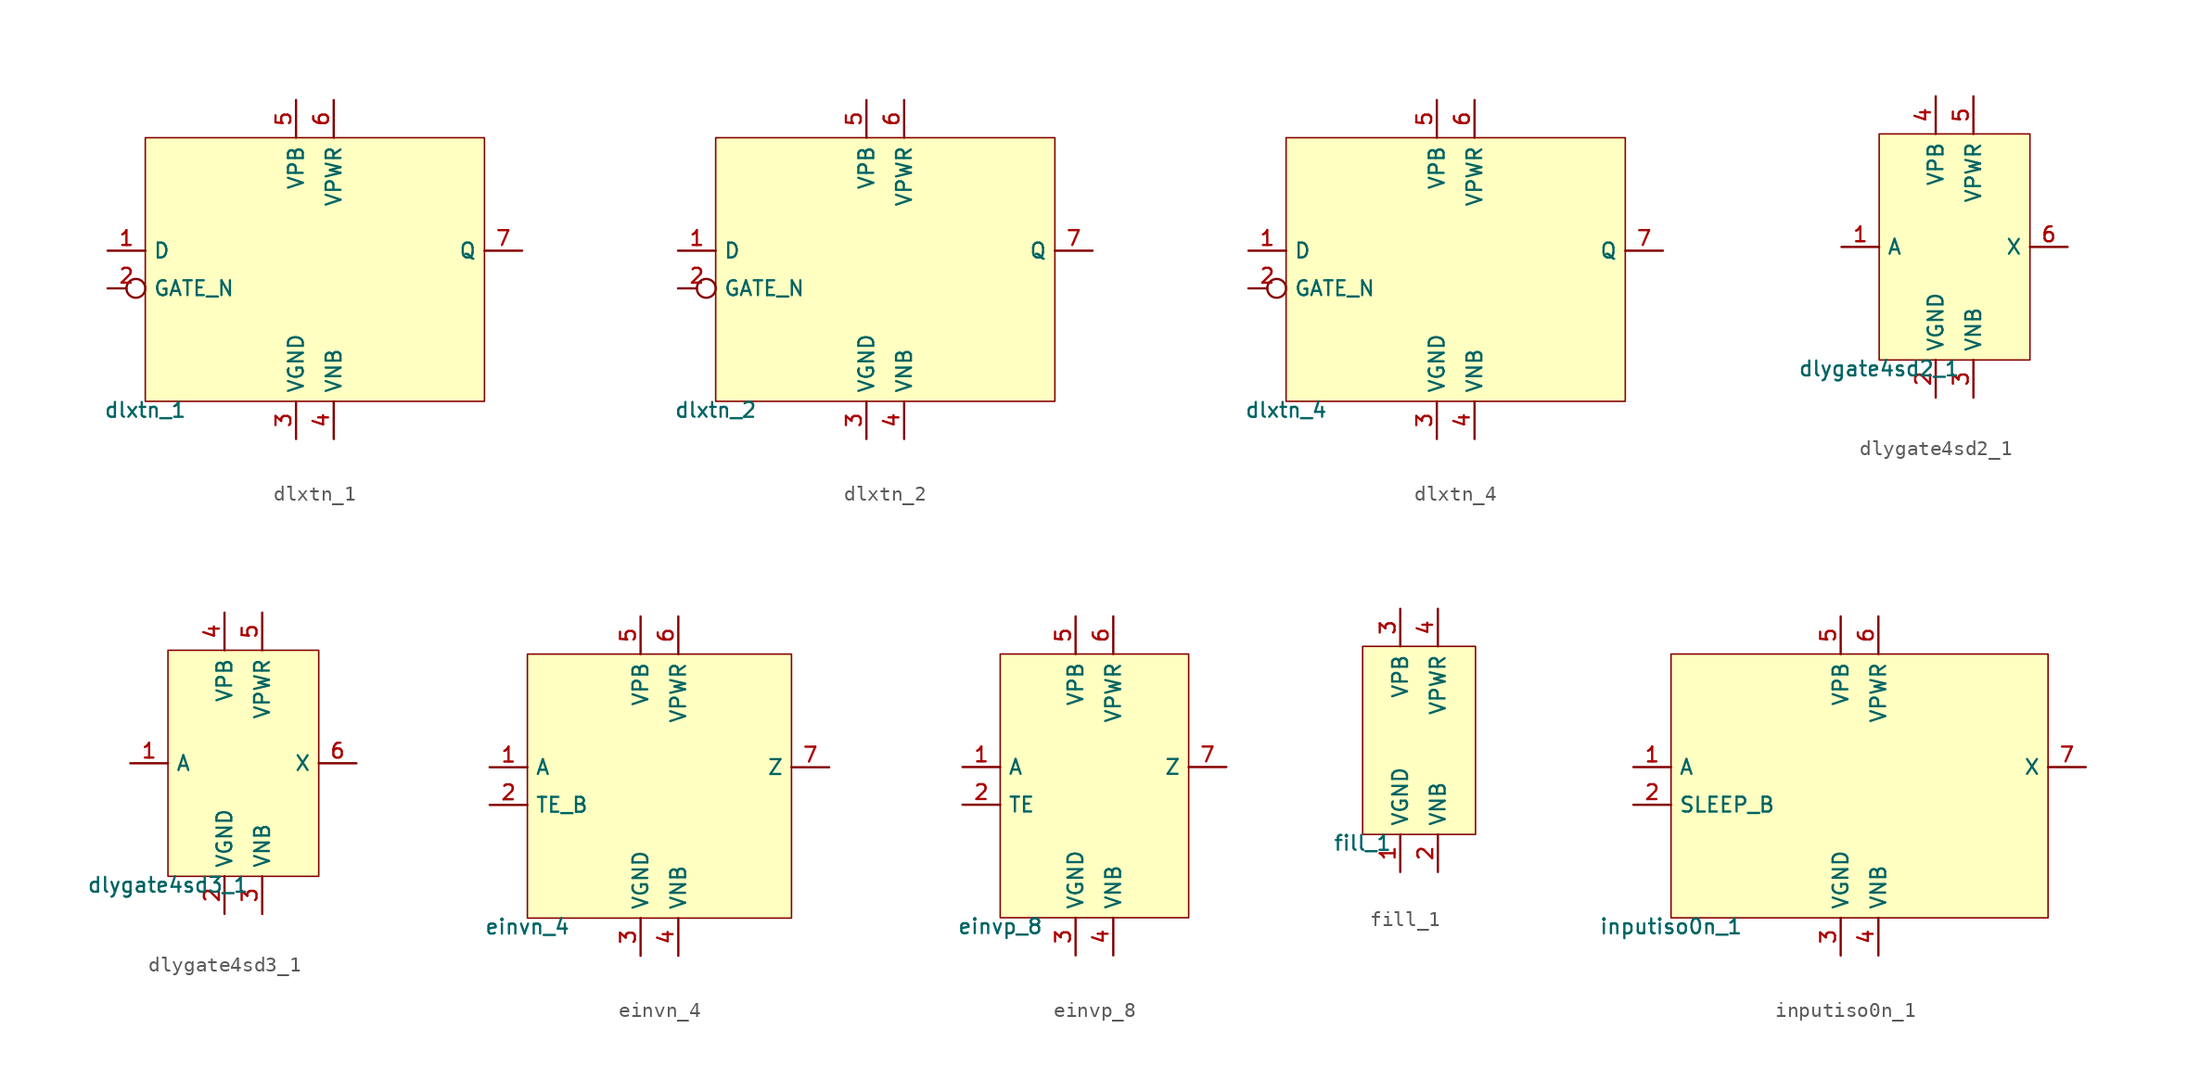
<source format=kicad_sym>
(kicad_symbol_lib
  (version 20211014)
  (generator pdk2kicad)
  (symbol "dlxtn_1"
    (property "Reference" "X"
      (at 0 0 0)
      (effects (font (size 1 1)) hide))
    (property "Value" "dlxtn_1"
      (at -11.43 -8.89 0)
      (effects (font (size 1 1)) (justify top)))
    (rectangle
      (start -11.43 -8.89)
      (end 11.43 8.89)
      (stroke (width 0.1) (type solid) (color 0 0 0 0))
      (fill (type background)))
    (pin input line
      (at -13.97 1.27 0)
      (length 2.54)
      (name "D" (effects (font (size 1 1)) hide))
      (number "1" (effects (font (size 1 1)) hide)))
    (pin input inverted
      (at -13.97 -1.27 0)
      (length 2.54)
      (name "GATE_N" (effects (font (size 1 1)) hide))
      (number "2" (effects (font (size 1 1)) hide)))
    (pin power_in line
      (at -1.27 -11.43 90)
      (length 2.54)
      (name "VGND" (effects (font (size 1 1)) hide))
      (number "3" (effects (font (size 1 1)) hide)))
    (pin power_in line
      (at 1.27 -11.43 90)
      (length 2.54)
      (name "VNB" (effects (font (size 1 1)) hide))
      (number "4" (effects (font (size 1 1)) hide)))
    (pin power_in line
      (at -1.27 11.43 270)
      (length 2.54)
      (name "VPB" (effects (font (size 1 1)) hide))
      (number "5" (effects (font (size 1 1)) hide)))
    (pin power_in line
      (at 1.27 11.43 270)
      (length 2.54)
      (name "VPWR" (effects (font (size 1 1)) hide))
      (number "6" (effects (font (size 1 1)) hide)))
    (pin output line
      (at 13.97 1.27 180)
      (length 2.54)
      (name "Q" (effects (font (size 1 1)) hide))
      (number "7" (effects (font (size 1 1)) hide))))
  (symbol "dlxtn_2"
    (property "Reference" "X"
      (at 0 0 0)
      (effects (font (size 1 1)) hide))
    (property "Value" "dlxtn_2"
      (at -11.43 -8.89 0)
      (effects (font (size 1 1)) (justify top)))
    (rectangle
      (start -11.43 -8.89)
      (end 11.43 8.89)
      (stroke (width 0.1) (type solid) (color 0 0 0 0))
      (fill (type background)))
    (pin input line
      (at -13.97 1.27 0)
      (length 2.54)
      (name "D" (effects (font (size 1 1)) hide))
      (number "1" (effects (font (size 1 1)) hide)))
    (pin input inverted
      (at -13.97 -1.27 0)
      (length 2.54)
      (name "GATE_N" (effects (font (size 1 1)) hide))
      (number "2" (effects (font (size 1 1)) hide)))
    (pin power_in line
      (at -1.27 -11.43 90)
      (length 2.54)
      (name "VGND" (effects (font (size 1 1)) hide))
      (number "3" (effects (font (size 1 1)) hide)))
    (pin power_in line
      (at 1.27 -11.43 90)
      (length 2.54)
      (name "VNB" (effects (font (size 1 1)) hide))
      (number "4" (effects (font (size 1 1)) hide)))
    (pin power_in line
      (at -1.27 11.43 270)
      (length 2.54)
      (name "VPB" (effects (font (size 1 1)) hide))
      (number "5" (effects (font (size 1 1)) hide)))
    (pin power_in line
      (at 1.27 11.43 270)
      (length 2.54)
      (name "VPWR" (effects (font (size 1 1)) hide))
      (number "6" (effects (font (size 1 1)) hide)))
    (pin output line
      (at 13.97 1.27 180)
      (length 2.54)
      (name "Q" (effects (font (size 1 1)) hide))
      (number "7" (effects (font (size 1 1)) hide))))
  (symbol "dlxtn_4"
    (property "Reference" "X"
      (at 0 0 0)
      (effects (font (size 1 1)) hide))
    (property "Value" "dlxtn_4"
      (at -11.43 -8.89 0)
      (effects (font (size 1 1)) (justify top)))
    (rectangle
      (start -11.43 -8.89)
      (end 11.43 8.89)
      (stroke (width 0.1) (type solid) (color 0 0 0 0))
      (fill (type background)))
    (pin input line
      (at -13.97 1.27 0)
      (length 2.54)
      (name "D" (effects (font (size 1 1)) hide))
      (number "1" (effects (font (size 1 1)) hide)))
    (pin input inverted
      (at -13.97 -1.27 0)
      (length 2.54)
      (name "GATE_N" (effects (font (size 1 1)) hide))
      (number "2" (effects (font (size 1 1)) hide)))
    (pin power_in line
      (at -1.27 -11.43 90)
      (length 2.54)
      (name "VGND" (effects (font (size 1 1)) hide))
      (number "3" (effects (font (size 1 1)) hide)))
    (pin power_in line
      (at 1.27 -11.43 90)
      (length 2.54)
      (name "VNB" (effects (font (size 1 1)) hide))
      (number "4" (effects (font (size 1 1)) hide)))
    (pin power_in line
      (at -1.27 11.43 270)
      (length 2.54)
      (name "VPB" (effects (font (size 1 1)) hide))
      (number "5" (effects (font (size 1 1)) hide)))
    (pin power_in line
      (at 1.27 11.43 270)
      (length 2.54)
      (name "VPWR" (effects (font (size 1 1)) hide))
      (number "6" (effects (font (size 1 1)) hide)))
    (pin output line
      (at 13.97 1.27 180)
      (length 2.54)
      (name "Q" (effects (font (size 1 1)) hide))
      (number "7" (effects (font (size 1 1)) hide))))
  (symbol "dlygate4sd2_1"
    (property "Reference" "X"
      (at 0 0 0)
      (effects (font (size 1 1)) hide))
    (property "Value" "dlygate4sd2_1"
      (at -5.08 -7.62 0)
      (effects (font (size 1 1)) (justify top)))
    (rectangle
      (start -5.08 -7.62)
      (end 5.08 7.62)
      (stroke (width 0.1) (type solid) (color 0 0 0 0))
      (fill (type background)))
    (pin input line
      (at -7.62 0.0 0)
      (length 2.54)
      (name "A" (effects (font (size 1 1)) hide))
      (number "1" (effects (font (size 1 1)) hide)))
    (pin power_in line
      (at -1.27 -10.16 90)
      (length 2.54)
      (name "VGND" (effects (font (size 1 1)) hide))
      (number "2" (effects (font (size 1 1)) hide)))
    (pin power_in line
      (at 1.27 -10.16 90)
      (length 2.54)
      (name "VNB" (effects (font (size 1 1)) hide))
      (number "3" (effects (font (size 1 1)) hide)))
    (pin power_in line
      (at -1.27 10.16 270)
      (length 2.54)
      (name "VPB" (effects (font (size 1 1)) hide))
      (number "4" (effects (font (size 1 1)) hide)))
    (pin power_in line
      (at 1.27 10.16 270)
      (length 2.54)
      (name "VPWR" (effects (font (size 1 1)) hide))
      (number "5" (effects (font (size 1 1)) hide)))
    (pin output line
      (at 7.62 0.0 180)
      (length 2.54)
      (name "X" (effects (font (size 1 1)) hide))
      (number "6" (effects (font (size 1 1)) hide))))
  (symbol "dlygate4sd3_1"
    (property "Reference" "X"
      (at 0 0 0)
      (effects (font (size 1 1)) hide))
    (property "Value" "dlygate4sd3_1"
      (at -5.08 -7.62 0)
      (effects (font (size 1 1)) (justify top)))
    (rectangle
      (start -5.08 -7.62)
      (end 5.08 7.62)
      (stroke (width 0.1) (type solid) (color 0 0 0 0))
      (fill (type background)))
    (pin input line
      (at -7.62 0.0 0)
      (length 2.54)
      (name "A" (effects (font (size 1 1)) hide))
      (number "1" (effects (font (size 1 1)) hide)))
    (pin power_in line
      (at -1.27 -10.16 90)
      (length 2.54)
      (name "VGND" (effects (font (size 1 1)) hide))
      (number "2" (effects (font (size 1 1)) hide)))
    (pin power_in line
      (at 1.27 -10.16 90)
      (length 2.54)
      (name "VNB" (effects (font (size 1 1)) hide))
      (number "3" (effects (font (size 1 1)) hide)))
    (pin power_in line
      (at -1.27 10.16 270)
      (length 2.54)
      (name "VPB" (effects (font (size 1 1)) hide))
      (number "4" (effects (font (size 1 1)) hide)))
    (pin power_in line
      (at 1.27 10.16 270)
      (length 2.54)
      (name "VPWR" (effects (font (size 1 1)) hide))
      (number "5" (effects (font (size 1 1)) hide)))
    (pin output line
      (at 7.62 0.0 180)
      (length 2.54)
      (name "X" (effects (font (size 1 1)) hide))
      (number "6" (effects (font (size 1 1)) hide))))
  (symbol "einvn_4"
    (property "Reference" "X"
      (at 0 0 0)
      (effects (font (size 1 1)) hide))
    (property "Value" "einvn_4"
      (at -8.89 -8.89 0)
      (effects (font (size 1 1)) (justify top)))
    (rectangle
      (start -8.89 -8.89)
      (end 8.89 8.89)
      (stroke (width 0.1) (type solid) (color 0 0 0 0))
      (fill (type background)))
    (pin input line
      (at -11.43 1.27 0)
      (length 2.54)
      (name "A" (effects (font (size 1 1)) hide))
      (number "1" (effects (font (size 1 1)) hide)))
    (pin input line
      (at -11.43 -1.27 0)
      (length 2.54)
      (name "TE_B" (effects (font (size 1 1)) hide))
      (number "2" (effects (font (size 1 1)) hide)))
    (pin power_in line
      (at -1.27 -11.43 90)
      (length 2.54)
      (name "VGND" (effects (font (size 1 1)) hide))
      (number "3" (effects (font (size 1 1)) hide)))
    (pin power_in line
      (at 1.27 -11.43 90)
      (length 2.54)
      (name "VNB" (effects (font (size 1 1)) hide))
      (number "4" (effects (font (size 1 1)) hide)))
    (pin power_in line
      (at -1.27 11.43 270)
      (length 2.54)
      (name "VPB" (effects (font (size 1 1)) hide))
      (number "5" (effects (font (size 1 1)) hide)))
    (pin power_in line
      (at 1.27 11.43 270)
      (length 2.54)
      (name "VPWR" (effects (font (size 1 1)) hide))
      (number "6" (effects (font (size 1 1)) hide)))
    (pin output line
      (at 11.43 1.27 180)
      (length 2.54)
      (name "Z" (effects (font (size 1 1)) hide))
      (number "7" (effects (font (size 1 1)) hide))))
  (symbol "einvp_8"
    (property "Reference" "X"
      (at 0 0 0)
      (effects (font (size 1 1)) hide))
    (property "Value" "einvp_8"
      (at -6.35 -8.89 0)
      (effects (font (size 1 1)) (justify top)))
    (rectangle
      (start -6.35 -8.89)
      (end 6.35 8.89)
      (stroke (width 0.1) (type solid) (color 0 0 0 0))
      (fill (type background)))
    (pin input line
      (at -8.89 1.27 0)
      (length 2.54)
      (name "A" (effects (font (size 1 1)) hide))
      (number "1" (effects (font (size 1 1)) hide)))
    (pin input line
      (at -8.89 -1.27 0)
      (length 2.54)
      (name "TE" (effects (font (size 1 1)) hide))
      (number "2" (effects (font (size 1 1)) hide)))
    (pin power_in line
      (at -1.27 -11.43 90)
      (length 2.54)
      (name "VGND" (effects (font (size 1 1)) hide))
      (number "3" (effects (font (size 1 1)) hide)))
    (pin power_in line
      (at 1.27 -11.43 90)
      (length 2.54)
      (name "VNB" (effects (font (size 1 1)) hide))
      (number "4" (effects (font (size 1 1)) hide)))
    (pin power_in line
      (at -1.27 11.43 270)
      (length 2.54)
      (name "VPB" (effects (font (size 1 1)) hide))
      (number "5" (effects (font (size 1 1)) hide)))
    (pin power_in line
      (at 1.27 11.43 270)
      (length 2.54)
      (name "VPWR" (effects (font (size 1 1)) hide))
      (number "6" (effects (font (size 1 1)) hide)))
    (pin output line
      (at 8.89 1.27 180)
      (length 2.54)
      (name "Z" (effects (font (size 1 1)) hide))
      (number "7" (effects (font (size 1 1)) hide))))
  (symbol "fill_1"
    (property "Reference" "X"
      (at 0 0 0)
      (effects (font (size 1 1)) hide))
    (property "Value" "fill_1"
      (at -3.81 -6.35 0)
      (effects (font (size 1 1)) (justify top)))
    (rectangle
      (start -3.81 -6.35)
      (end 3.81 6.35)
      (stroke (width 0.1) (type solid) (color 0 0 0 0))
      (fill (type background)))
    (pin power_in line
      (at -1.27 -8.89 90)
      (length 2.54)
      (name "VGND" (effects (font (size 1 1)) hide))
      (number "1" (effects (font (size 1 1)) hide)))
    (pin power_in line
      (at 1.27 -8.89 90)
      (length 2.54)
      (name "VNB" (effects (font (size 1 1)) hide))
      (number "2" (effects (font (size 1 1)) hide)))
    (pin power_in line
      (at -1.27 8.89 270)
      (length 2.54)
      (name "VPB" (effects (font (size 1 1)) hide))
      (number "3" (effects (font (size 1 1)) hide)))
    (pin power_in line
      (at 1.27 8.89 270)
      (length 2.54)
      (name "VPWR" (effects (font (size 1 1)) hide))
      (number "4" (effects (font (size 1 1)) hide))))
  (symbol "inputiso0n_1"
    (property "Reference" "X"
      (at 0 0 0)
      (effects (font (size 1 1)) hide))
    (property "Value" "inputiso0n_1"
      (at -12.7 -8.89 0)
      (effects (font (size 1 1)) (justify top)))
    (rectangle
      (start -12.7 -8.89)
      (end 12.7 8.89)
      (stroke (width 0.1) (type solid) (color 0 0 0 0))
      (fill (type background)))
    (pin input line
      (at -15.24 1.27 0)
      (length 2.54)
      (name "A" (effects (font (size 1 1)) hide))
      (number "1" (effects (font (size 1 1)) hide)))
    (pin input line
      (at -15.24 -1.27 0)
      (length 2.54)
      (name "SLEEP_B" (effects (font (size 1 1)) hide))
      (number "2" (effects (font (size 1 1)) hide)))
    (pin power_in line
      (at -1.27 -11.43 90)
      (length 2.54)
      (name "VGND" (effects (font (size 1 1)) hide))
      (number "3" (effects (font (size 1 1)) hide)))
    (pin power_in line
      (at 1.27 -11.43 90)
      (length 2.54)
      (name "VNB" (effects (font (size 1 1)) hide))
      (number "4" (effects (font (size 1 1)) hide)))
    (pin power_in line
      (at -1.27 11.43 270)
      (length 2.54)
      (name "VPB" (effects (font (size 1 1)) hide))
      (number "5" (effects (font (size 1 1)) hide)))
    (pin power_in line
      (at 1.27 11.43 270)
      (length 2.54)
      (name "VPWR" (effects (font (size 1 1)) hide))
      (number "6" (effects (font (size 1 1)) hide)))
    (pin output line
      (at 15.24 1.27 180)
      (length 2.54)
      (name "X" (effects (font (size 1 1)) hide))
      (number "7" (effects (font (size 1 1)) hide)))))
</source>
